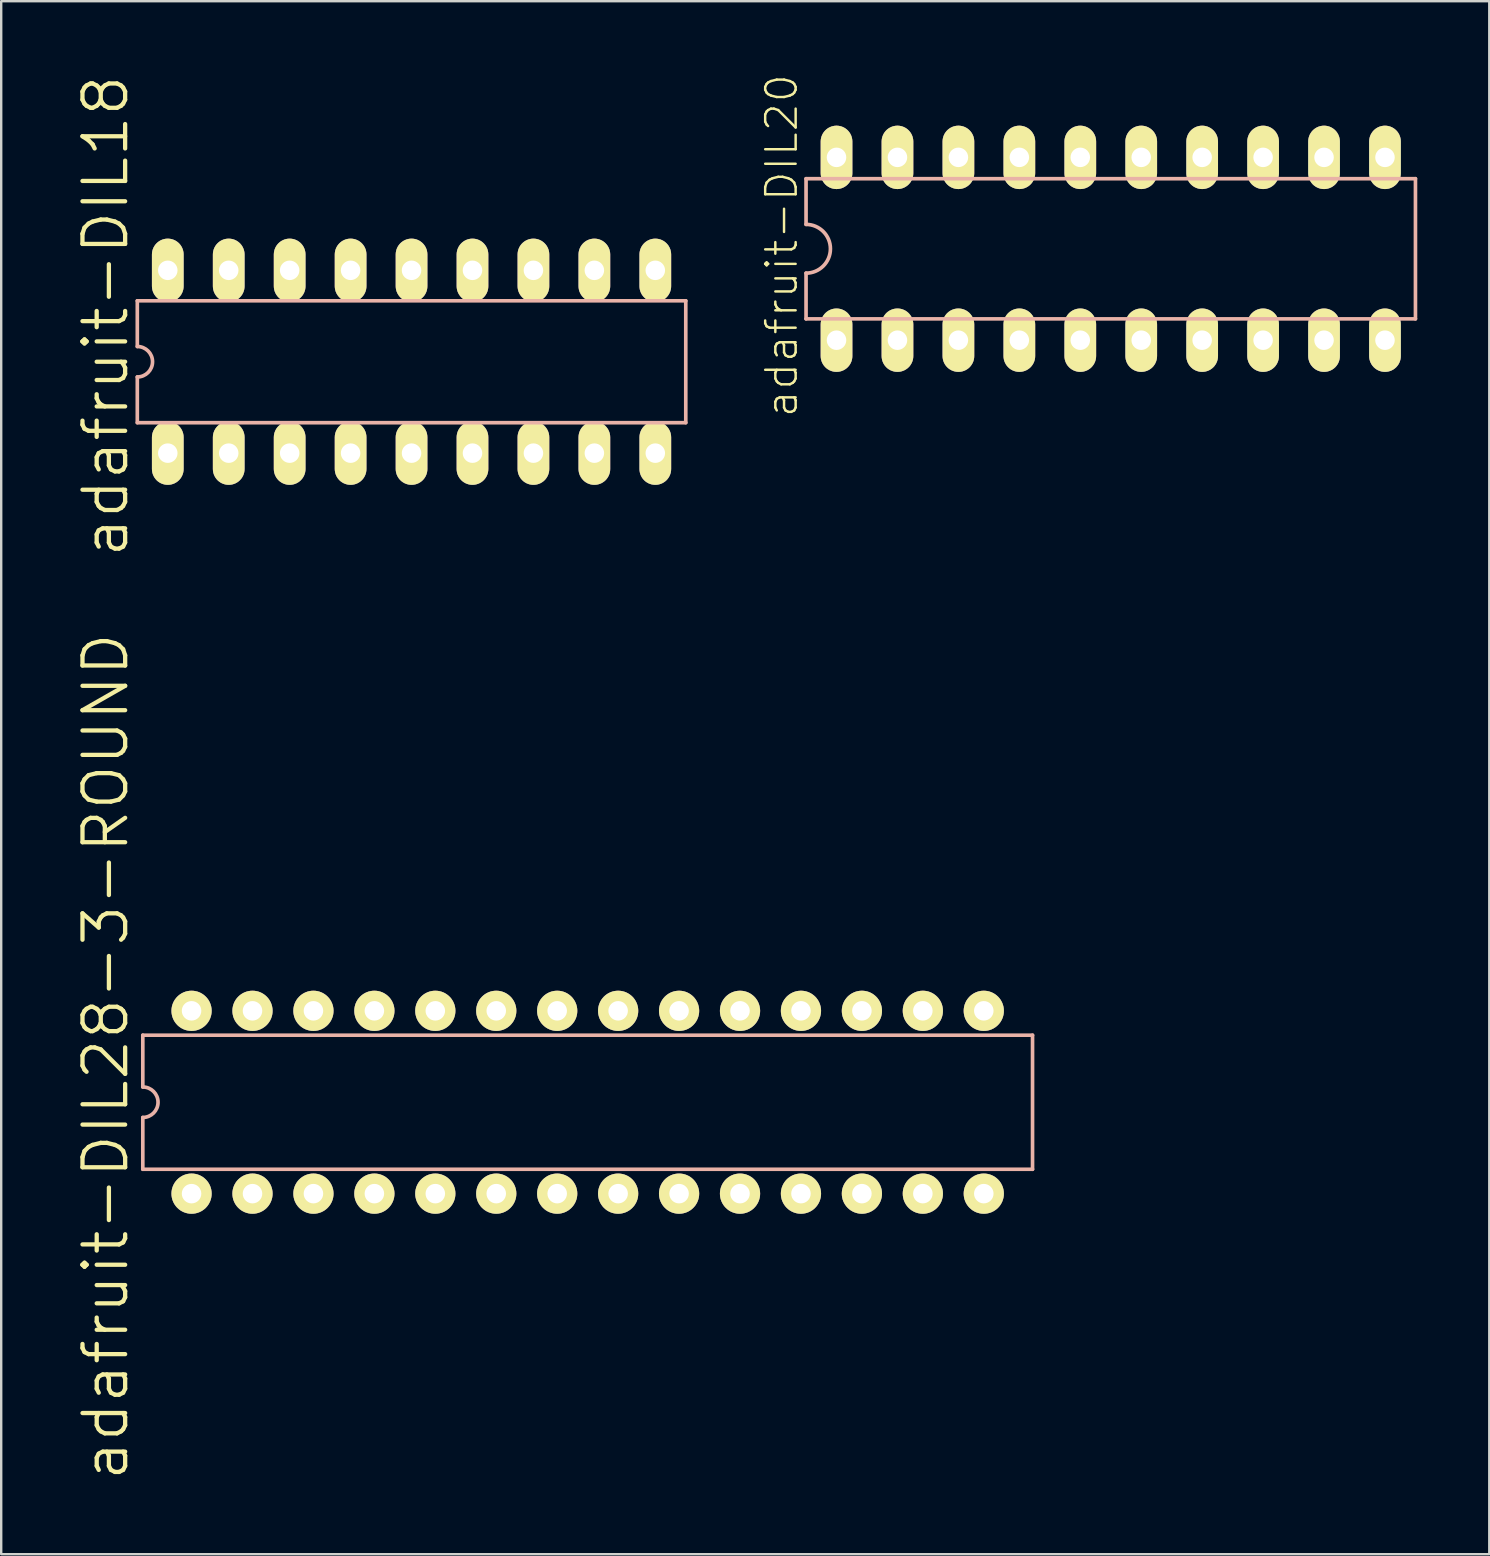
<source format=kicad_pcb>
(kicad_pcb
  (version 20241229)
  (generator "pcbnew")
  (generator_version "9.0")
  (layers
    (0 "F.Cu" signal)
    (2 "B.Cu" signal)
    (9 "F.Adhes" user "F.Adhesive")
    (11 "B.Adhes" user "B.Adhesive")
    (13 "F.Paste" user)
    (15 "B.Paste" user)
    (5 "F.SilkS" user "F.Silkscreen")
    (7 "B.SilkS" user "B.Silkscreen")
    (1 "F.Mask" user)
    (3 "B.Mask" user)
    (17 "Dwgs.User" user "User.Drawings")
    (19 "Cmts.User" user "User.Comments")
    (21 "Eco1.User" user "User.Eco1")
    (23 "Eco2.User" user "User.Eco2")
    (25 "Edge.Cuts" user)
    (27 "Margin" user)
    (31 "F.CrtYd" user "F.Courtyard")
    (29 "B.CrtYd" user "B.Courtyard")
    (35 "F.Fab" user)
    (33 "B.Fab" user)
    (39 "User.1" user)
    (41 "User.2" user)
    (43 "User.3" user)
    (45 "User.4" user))
  (footprint "adafruit-DIL20"
    (layer "F.Cu")
    (at 43.246 7.319)
    (property "Reference" "adafruit-DIL20" (at -13.716 -0.127 90) (layer "F.SilkS") (effects (font (size 1.27 1.27) (thickness 0.102))))
    (attr exclude_from_pos_files exclude_from_bom)
    (fp_line (start -12.7 -2.921) (end -12.7 -1.016) (stroke (width 0.152) (type solid)) (layer "B.SilkS"))
    (fp_line (start -12.7 2.921) (end -12.7 1.016) (stroke (width 0.152) (type solid)) (layer "B.SilkS"))
    (fp_line (start -12.7 2.921) (end 12.7 2.921) (stroke (width 0.152) (type solid)) (layer "B.SilkS"))
    (fp_line (start 12.7 -2.921) (end -12.7 -2.921) (stroke (width 0.152) (type solid)) (layer "B.SilkS"))
    (fp_line (start 12.7 -2.921) (end 12.7 2.921) (stroke (width 0.152) (type solid)) (layer "B.SilkS"))
    (fp_arc (start -12.7 -1.016) (mid -11.684 0) (end -12.7 1.016) (stroke (width 0.1524) (type solid)) (layer "B.SilkS"))
    (pad "1" thru_hole oval (at -11.43 3.81 180) (size 1.321 2.642) (drill 0.813) (layers "*.Cu" "F.Mask" "F.SilkS" "F.Paste"))
    (pad "2" thru_hole oval (at -8.89 3.81 180) (size 1.321 2.642) (drill 0.813) (layers "*.Cu" "F.Mask" "F.SilkS" "F.Paste"))
    (pad "3" thru_hole oval (at -6.35 3.81 180) (size 1.321 2.642) (drill 0.813) (layers "*.Cu" "F.Mask" "F.SilkS" "F.Paste"))
    (pad "4" thru_hole oval (at -3.81 3.81 180) (size 1.321 2.642) (drill 0.813) (layers "*.Cu" "F.Mask" "F.SilkS" "F.Paste"))
    (pad "5" thru_hole oval (at -1.27 3.81 180) (size 1.321 2.642) (drill 0.813) (layers "*.Cu" "F.Mask" "F.SilkS" "F.Paste"))
    (pad "6" thru_hole oval (at 1.27 3.81 180) (size 1.321 2.642) (drill 0.813) (layers "*.Cu" "F.Mask" "F.SilkS" "F.Paste"))
    (pad "7" thru_hole oval (at 3.81 3.81 180) (size 1.321 2.642) (drill 0.813) (layers "*.Cu" "F.Mask" "F.SilkS" "F.Paste"))
    (pad "8" thru_hole oval (at 6.35 3.81 180) (size 1.321 2.642) (drill 0.813) (layers "*.Cu" "F.Mask" "F.SilkS" "F.Paste"))
    (pad "9" thru_hole oval (at 8.89 3.81 180) (size 1.321 2.642) (drill 0.813) (layers "*.Cu" "F.Mask" "F.SilkS" "F.Paste"))
    (pad "10" thru_hole oval (at 11.43 3.81 180) (size 1.321 2.642) (drill 0.813) (layers "*.Cu" "F.Mask" "F.SilkS" "F.Paste"))
    (pad "11" thru_hole oval (at 11.43 -3.81 180) (size 1.321 2.642) (drill 0.813) (layers "*.Cu" "F.Mask" "F.SilkS" "F.Paste"))
    (pad "12" thru_hole oval (at 8.89 -3.81 180) (size 1.321 2.642) (drill 0.813) (layers "*.Cu" "F.Mask" "F.SilkS" "F.Paste"))
    (pad "13" thru_hole oval (at 6.35 -3.81 180) (size 1.321 2.642) (drill 0.813) (layers "*.Cu" "F.Mask" "F.SilkS" "F.Paste"))
    (pad "14" thru_hole oval (at 3.81 -3.81 180) (size 1.321 2.642) (drill 0.813) (layers "*.Cu" "F.Mask" "F.SilkS" "F.Paste"))
    (pad "15" thru_hole oval (at 1.27 -3.81 180) (size 1.321 2.642) (drill 0.813) (layers "*.Cu" "F.Mask" "F.SilkS" "F.Paste"))
    (pad "16" thru_hole oval (at -1.27 -3.81 180) (size 1.321 2.642) (drill 0.813) (layers "*.Cu" "F.Mask" "F.SilkS" "F.Paste"))
    (pad "17" thru_hole oval (at -3.81 -3.81 180) (size 1.321 2.642) (drill 0.813) (layers "*.Cu" "F.Mask" "F.SilkS" "F.Paste"))
    (pad "18" thru_hole oval (at -6.35 -3.81 180) (size 1.321 2.642) (drill 0.813) (layers "*.Cu" "F.Mask" "F.SilkS" "F.Paste"))
    (pad "19" thru_hole oval (at -8.89 -3.81 180) (size 1.321 2.642) (drill 0.813) (layers "*.Cu" "F.Mask" "F.SilkS" "F.Paste"))
    (pad "20" thru_hole oval (at -11.43 -3.81 180) (size 1.321 2.642) (drill 0.813) (layers "*.Cu" "F.Mask" "F.SilkS" "F.Paste")))
  (footprint "adafruit-DIL28-3-ROUND"
    (layer "F.Cu")
    (at 21.444 42.891)
    (property "Reference" "adafruit-DIL28-3-ROUND" (at -20.091 -1.905 90) (layer "F.SilkS") (effects (font (size 1.778 1.778) (thickness 0.178))))
    (attr exclude_from_pos_files exclude_from_bom)
    (fp_line (start -18.542 -2.794) (end -18.542 -0.635) (stroke (width 0.152) (type solid)) (layer "B.SilkS"))
    (fp_line (start -18.542 -2.794) (end 18.542 -2.794) (stroke (width 0.152) (type solid)) (layer "B.SilkS"))
    (fp_line (start -18.542 0.635) (end -18.542 2.794) (stroke (width 0.152) (type solid)) (layer "B.SilkS"))
    (fp_line (start -18.542 2.794) (end 18.542 2.794) (stroke (width 0.152) (type solid)) (layer "B.SilkS"))
    (fp_line (start 18.542 -2.794) (end 18.542 2.794) (stroke (width 0.152) (type solid)) (layer "B.SilkS"))
    (fp_arc (start -18.542 -0.635) (mid -17.907 0) (end -18.542 0.635) (stroke (width 0.1524) (type solid)) (layer "B.SilkS"))
    (pad "1" thru_hole circle (at -16.51 3.81) (size 1.676 1.676) (drill 0.813) (layers "*.Cu" "F.Mask" "F.SilkS" "F.Paste"))
    (pad "2" thru_hole circle (at -13.97 3.81) (size 1.676 1.676) (drill 0.813) (layers "*.Cu" "F.Mask" "F.SilkS" "F.Paste"))
    (pad "3" thru_hole circle (at -11.43 3.81) (size 1.676 1.676) (drill 0.813) (layers "*.Cu" "F.Mask" "F.SilkS" "F.Paste"))
    (pad "4" thru_hole circle (at -8.89 3.81) (size 1.676 1.676) (drill 0.813) (layers "*.Cu" "F.Mask" "F.SilkS" "F.Paste"))
    (pad "5" thru_hole circle (at -6.35 3.81) (size 1.676 1.676) (drill 0.813) (layers "*.Cu" "F.Mask" "F.SilkS" "F.Paste"))
    (pad "6" thru_hole circle (at -3.81 3.81) (size 1.676 1.676) (drill 0.813) (layers "*.Cu" "F.Mask" "F.SilkS" "F.Paste"))
    (pad "7" thru_hole circle (at -1.27 3.81) (size 1.676 1.676) (drill 0.813) (layers "*.Cu" "F.Mask" "F.SilkS" "F.Paste"))
    (pad "8" thru_hole circle (at 1.27 3.81) (size 1.676 1.676) (drill 0.813) (layers "*.Cu" "F.Mask" "F.SilkS" "F.Paste"))
    (pad "9" thru_hole circle (at 3.81 3.81) (size 1.676 1.676) (drill 0.813) (layers "*.Cu" "F.Mask" "F.SilkS" "F.Paste"))
    (pad "10" thru_hole circle (at 6.35 3.81) (size 1.676 1.676) (drill 0.813) (layers "*.Cu" "F.Mask" "F.SilkS" "F.Paste"))
    (pad "11" thru_hole circle (at 8.89 3.81) (size 1.676 1.676) (drill 0.813) (layers "*.Cu" "F.Mask" "F.SilkS" "F.Paste"))
    (pad "12" thru_hole circle (at 11.43 3.81) (size 1.676 1.676) (drill 0.813) (layers "*.Cu" "F.Mask" "F.SilkS" "F.Paste"))
    (pad "13" thru_hole circle (at 13.97 3.81) (size 1.676 1.676) (drill 0.813) (layers "*.Cu" "F.Mask" "F.SilkS" "F.Paste"))
    (pad "14" thru_hole circle (at 16.51 3.81) (size 1.676 1.676) (drill 0.813) (layers "*.Cu" "F.Mask" "F.SilkS" "F.Paste"))
    (pad "15" thru_hole circle (at 16.51 -3.81) (size 1.676 1.676) (drill 0.813) (layers "*.Cu" "F.Mask" "F.SilkS" "F.Paste"))
    (pad "16" thru_hole circle (at 13.97 -3.81) (size 1.676 1.676) (drill 0.813) (layers "*.Cu" "F.Mask" "F.SilkS" "F.Paste"))
    (pad "17" thru_hole circle (at 11.43 -3.81) (size 1.676 1.676) (drill 0.813) (layers "*.Cu" "F.Mask" "F.SilkS" "F.Paste"))
    (pad "18" thru_hole circle (at 8.89 -3.81) (size 1.676 1.676) (drill 0.813) (layers "*.Cu" "F.Mask" "F.SilkS" "F.Paste"))
    (pad "19" thru_hole circle (at 6.35 -3.81) (size 1.676 1.676) (drill 0.813) (layers "*.Cu" "F.Mask" "F.SilkS" "F.Paste"))
    (pad "20" thru_hole circle (at 3.81 -3.81) (size 1.676 1.676) (drill 0.813) (layers "*.Cu" "F.Mask" "F.SilkS" "F.Paste"))
    (pad "21" thru_hole circle (at 1.27 -3.81) (size 1.676 1.676) (drill 0.813) (layers "*.Cu" "F.Mask" "F.SilkS" "F.Paste"))
    (pad "22" thru_hole circle (at -1.27 -3.81) (size 1.676 1.676) (drill 0.813) (layers "*.Cu" "F.Mask" "F.SilkS" "F.Paste"))
    (pad "23" thru_hole circle (at -3.81 -3.81) (size 1.676 1.676) (drill 0.813) (layers "*.Cu" "F.Mask" "F.SilkS" "F.Paste"))
    (pad "24" thru_hole circle (at -6.35 -3.81) (size 1.676 1.676) (drill 0.813) (layers "*.Cu" "F.Mask" "F.SilkS" "F.Paste"))
    (pad "25" thru_hole circle (at -8.89 -3.81) (size 1.676 1.676) (drill 0.813) (layers "*.Cu" "F.Mask" "F.SilkS" "F.Paste"))
    (pad "26" thru_hole circle (at -11.43 -3.81) (size 1.676 1.676) (drill 0.813) (layers "*.Cu" "F.Mask" "F.SilkS" "F.Paste"))
    (pad "27" thru_hole circle (at -13.97 -3.81) (size 1.676 1.676) (drill 0.813) (layers "*.Cu" "F.Mask" "F.SilkS" "F.Paste"))
    (pad "28" thru_hole circle (at -16.51 -3.81) (size 1.676 1.676) (drill 0.813) (layers "*.Cu" "F.Mask" "F.SilkS" "F.Paste")))
  (footprint "adafruit-DIL18"
    (layer "F.Cu")
    (at 14.103 12.027)
    (property "Reference" "adafruit-DIL18" (at -12.751 -1.905 90) (layer "F.SilkS") (effects (font (size 1.778 1.778) (thickness 0.178))))
    (attr exclude_from_pos_files exclude_from_bom)
    (fp_line (start -11.43 -2.54) (end -11.43 -0.635) (stroke (width 0.152) (type solid)) (layer "B.SilkS"))
    (fp_line (start -11.43 -2.54) (end 11.43 -2.54) (stroke (width 0.152) (type solid)) (layer "B.SilkS"))
    (fp_line (start -11.43 0.635) (end -11.43 2.54) (stroke (width 0.152) (type solid)) (layer "B.SilkS"))
    (fp_line (start 11.43 2.54) (end -11.43 2.54) (stroke (width 0.152) (type solid)) (layer "B.SilkS"))
    (fp_line (start 11.43 2.54) (end 11.43 -2.54) (stroke (width 0.152) (type solid)) (layer "B.SilkS"))
    (fp_arc (start -11.43 -0.635) (mid -10.795 0) (end -11.43 0.635) (stroke (width 0.1524) (type solid)) (layer "B.SilkS"))
    (pad "1" thru_hole oval (at -10.16 3.81 180) (size 1.321 2.642) (drill 0.813) (layers "*.Cu" "F.Mask" "F.SilkS" "F.Paste"))
    (pad "2" thru_hole oval (at -7.62 3.81 180) (size 1.321 2.642) (drill 0.813) (layers "*.Cu" "F.Mask" "F.SilkS" "F.Paste"))
    (pad "3" thru_hole oval (at -5.08 3.81 180) (size 1.321 2.642) (drill 0.813) (layers "*.Cu" "F.Mask" "F.SilkS" "F.Paste"))
    (pad "4" thru_hole oval (at -2.54 3.81 180) (size 1.321 2.642) (drill 0.813) (layers "*.Cu" "F.Mask" "F.SilkS" "F.Paste"))
    (pad "5" thru_hole oval (at 0 3.81 180) (size 1.321 2.642) (drill 0.813) (layers "*.Cu" "F.Mask" "F.SilkS" "F.Paste"))
    (pad "6" thru_hole oval (at 2.54 3.81 180) (size 1.321 2.642) (drill 0.813) (layers "*.Cu" "F.Mask" "F.SilkS" "F.Paste"))
    (pad "7" thru_hole oval (at 5.08 3.81 180) (size 1.321 2.642) (drill 0.813) (layers "*.Cu" "F.Mask" "F.SilkS" "F.Paste"))
    (pad "8" thru_hole oval (at 7.62 3.81 180) (size 1.321 2.642) (drill 0.813) (layers "*.Cu" "F.Mask" "F.SilkS" "F.Paste"))
    (pad "9" thru_hole oval (at 10.16 3.81 180) (size 1.321 2.642) (drill 0.813) (layers "*.Cu" "F.Mask" "F.SilkS" "F.Paste"))
    (pad "10" thru_hole oval (at 10.16 -3.81 180) (size 1.321 2.642) (drill 0.813) (layers "*.Cu" "F.Mask" "F.SilkS" "F.Paste"))
    (pad "11" thru_hole oval (at 7.62 -3.81 180) (size 1.321 2.642) (drill 0.813) (layers "*.Cu" "F.Mask" "F.SilkS" "F.Paste"))
    (pad "12" thru_hole oval (at 5.08 -3.81 180) (size 1.321 2.642) (drill 0.813) (layers "*.Cu" "F.Mask" "F.SilkS" "F.Paste"))
    (pad "13" thru_hole oval (at 2.54 -3.81 180) (size 1.321 2.642) (drill 0.813) (layers "*.Cu" "F.Mask" "F.SilkS" "F.Paste"))
    (pad "14" thru_hole oval (at 0 -3.81 180) (size 1.321 2.642) (drill 0.813) (layers "*.Cu" "F.Mask" "F.SilkS" "F.Paste"))
    (pad "15" thru_hole oval (at -2.54 -3.81 180) (size 1.321 2.642) (drill 0.813) (layers "*.Cu" "F.Mask" "F.SilkS" "F.Paste"))
    (pad "16" thru_hole oval (at -5.08 -3.81 180) (size 1.321 2.642) (drill 0.813) (layers "*.Cu" "F.Mask" "F.SilkS" "F.Paste"))
    (pad "17" thru_hole oval (at -7.62 -3.81 180) (size 1.321 2.642) (drill 0.813) (layers "*.Cu" "F.Mask" "F.SilkS" "F.Paste"))
    (pad "18" thru_hole oval (at -10.16 -3.81 180) (size 1.321 2.642) (drill 0.813) (layers "*.Cu" "F.Mask" "F.SilkS" "F.Paste")))
  (gr_rect
    (start -3 -3)
    (end 59.023 61.728)
    (stroke (width 0.1) (type default))
    (fill no)
    (layer "Edge.Cuts")))
</source>
